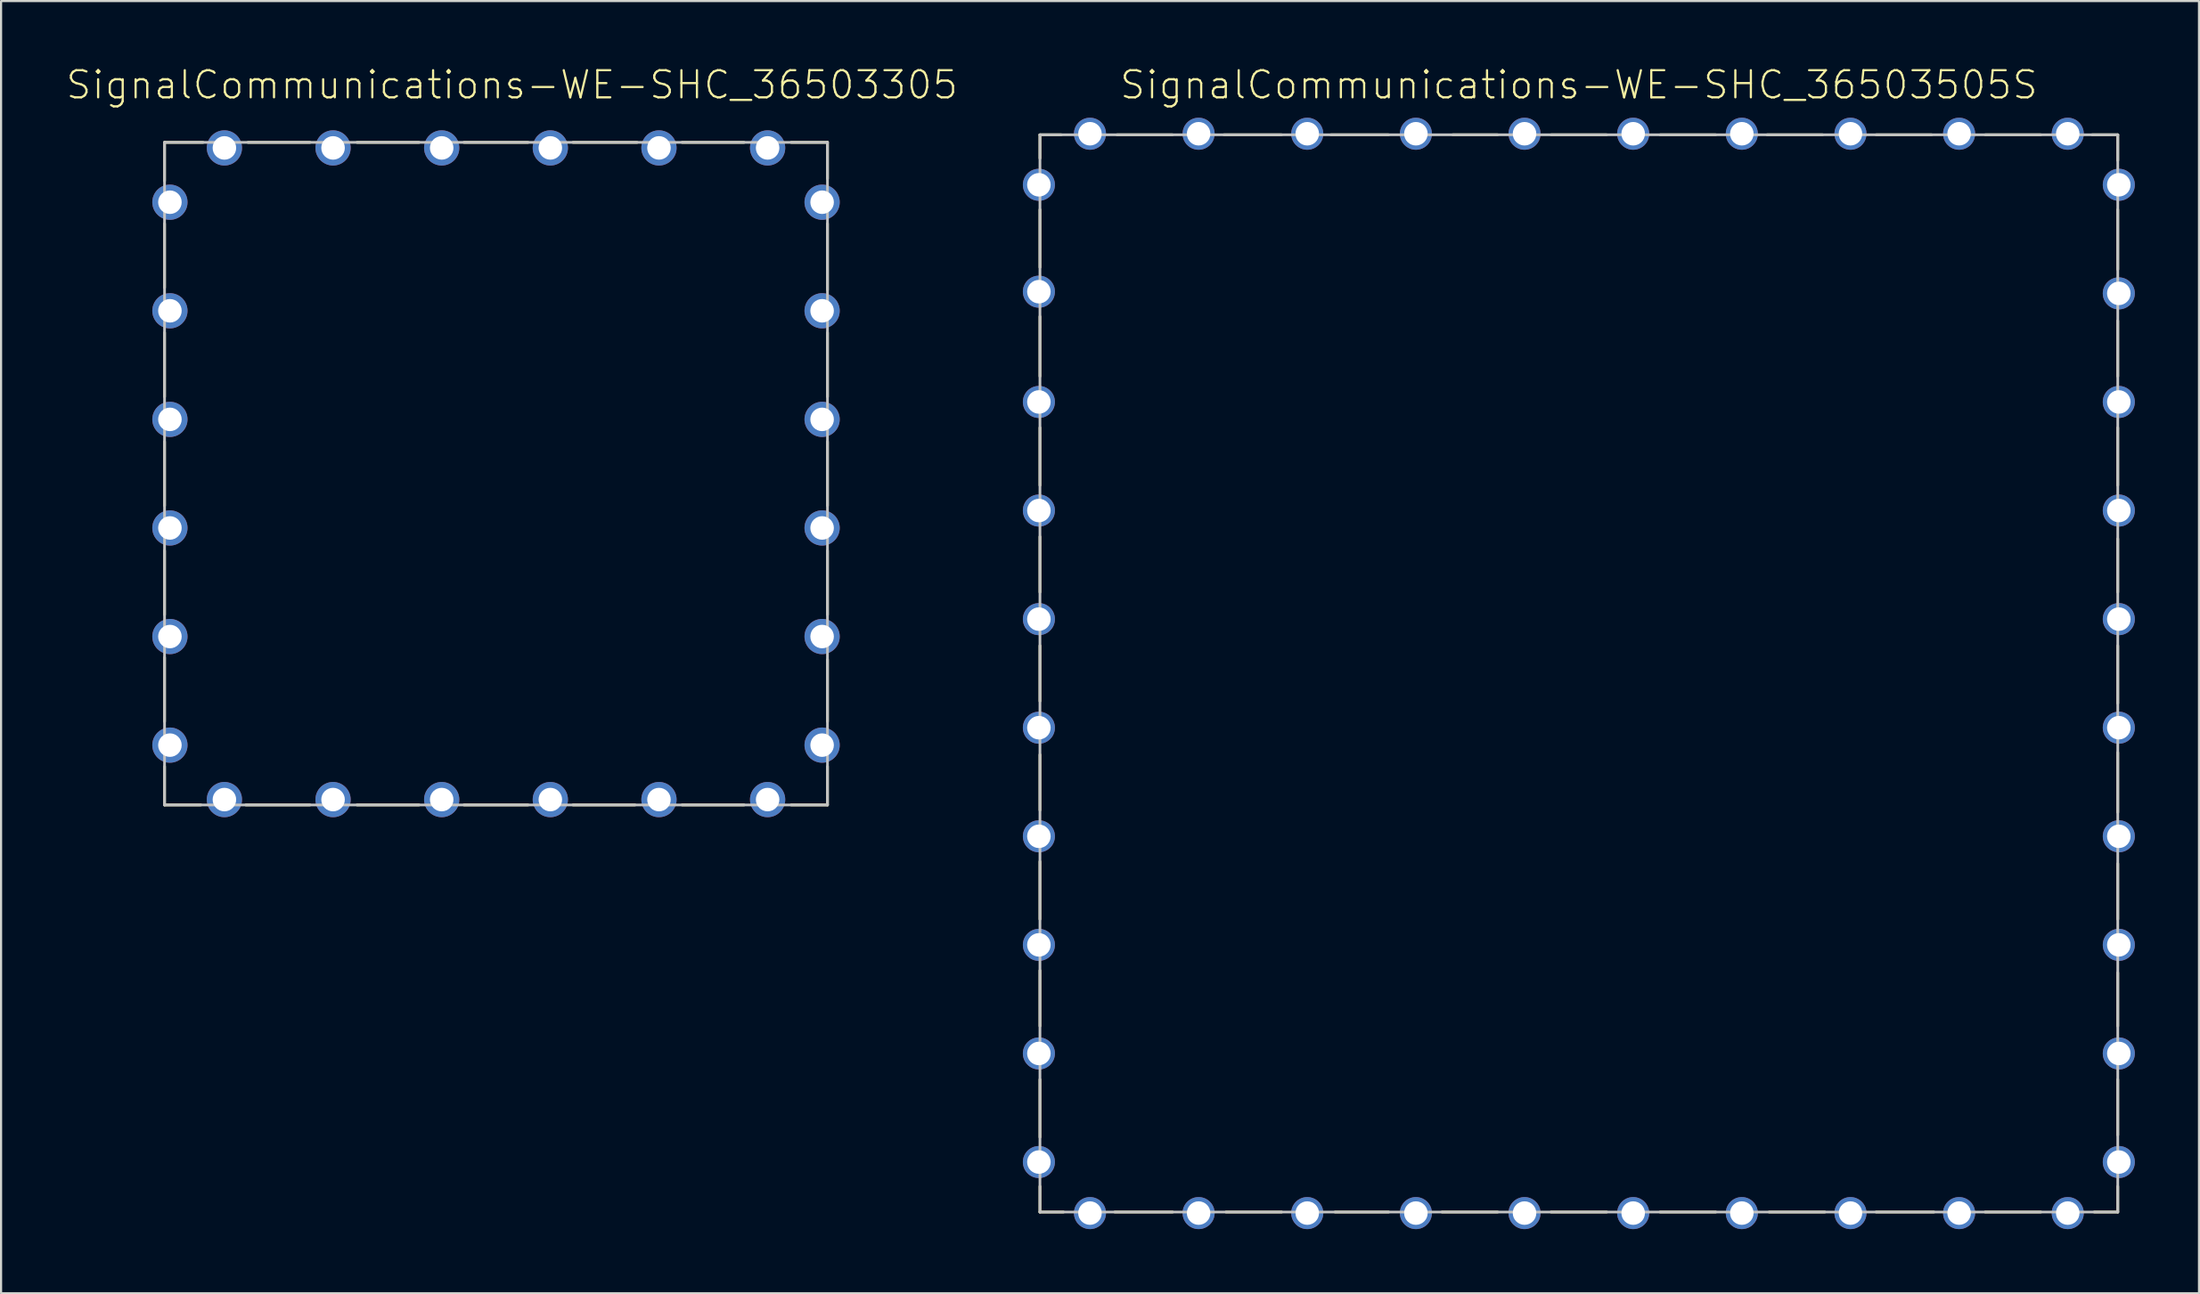
<source format=kicad_pcb>
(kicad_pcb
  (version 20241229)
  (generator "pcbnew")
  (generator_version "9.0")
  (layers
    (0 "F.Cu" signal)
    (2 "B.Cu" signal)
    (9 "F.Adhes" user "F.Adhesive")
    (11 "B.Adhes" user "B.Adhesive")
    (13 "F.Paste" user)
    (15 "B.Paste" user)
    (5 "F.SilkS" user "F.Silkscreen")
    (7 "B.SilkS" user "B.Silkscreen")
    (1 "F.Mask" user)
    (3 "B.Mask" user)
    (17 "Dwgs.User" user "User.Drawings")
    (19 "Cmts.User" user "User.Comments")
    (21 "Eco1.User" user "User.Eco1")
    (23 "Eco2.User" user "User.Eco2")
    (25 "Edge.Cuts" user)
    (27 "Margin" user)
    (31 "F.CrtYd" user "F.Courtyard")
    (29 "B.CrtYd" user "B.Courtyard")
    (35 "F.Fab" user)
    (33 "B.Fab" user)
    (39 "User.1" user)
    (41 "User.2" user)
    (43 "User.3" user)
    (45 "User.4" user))
  (footprint "SignalCommunications-WE-SHC_36503305"
    (layer "F.Cu")
    (at 20.143 19.11)
    (property "Reference" "SignalCommunications-WE-SHC_36503305" (at 0.747 -18.189 0) (layer "F.SilkS") (effects (font (size 1.27 1.27) (thickness 0.102))))
    (attr exclude_from_pos_files exclude_from_bom)
    (fp_line (start -15.499 -15.499) (end -15.499 -13.698) (stroke (width 0.127) (type solid)) (layer "F.SilkS"))
    (fp_line (start -15.499 -11.699) (end -15.499 -8.7) (stroke (width 0.127) (type solid)) (layer "F.SilkS"))
    (fp_line (start -15.499 -6.599) (end -15.499 -3.599) (stroke (width 0.127) (type solid)) (layer "F.SilkS"))
    (fp_line (start -15.499 -1.499) (end -15.499 1.499) (stroke (width 0.127) (type solid)) (layer "F.SilkS"))
    (fp_line (start -15.499 3.599) (end -15.499 6.599) (stroke (width 0.127) (type solid)) (layer "F.SilkS"))
    (fp_line (start -15.499 8.598) (end -15.499 11.598) (stroke (width 0.127) (type solid)) (layer "F.SilkS"))
    (fp_line (start -15.499 13.698) (end -15.499 15.499) (stroke (width 0.127) (type solid)) (layer "F.SilkS"))
    (fp_line (start -15.499 15.499) (end -13.8 15.499) (stroke (width 0.127) (type solid)) (layer "F.SilkS"))
    (fp_line (start -13.698 -15.499) (end -15.499 -15.499) (stroke (width 0.127) (type solid)) (layer "F.SilkS"))
    (fp_line (start -11.699 15.499) (end -8.7 15.499) (stroke (width 0.127) (type solid)) (layer "F.SilkS"))
    (fp_line (start -11.598 -15.499) (end -8.7 -15.499) (stroke (width 0.127) (type solid)) (layer "F.SilkS"))
    (fp_line (start -6.5 -15.499) (end -3.599 -15.499) (stroke (width 0.127) (type solid)) (layer "F.SilkS"))
    (fp_line (start -6.5 15.499) (end -3.599 15.499) (stroke (width 0.127) (type solid)) (layer "F.SilkS"))
    (fp_line (start -1.499 -15.499) (end 1.499 -15.499) (stroke (width 0.127) (type solid)) (layer "F.SilkS"))
    (fp_line (start -1.499 15.499) (end 1.499 15.499) (stroke (width 0.127) (type solid)) (layer "F.SilkS"))
    (fp_line (start 3.599 -15.499) (end 6.599 -15.499) (stroke (width 0.127) (type solid)) (layer "F.SilkS"))
    (fp_line (start 3.599 15.499) (end 6.5 15.499) (stroke (width 0.127) (type solid)) (layer "F.SilkS"))
    (fp_line (start 8.7 -15.499) (end 11.598 -15.499) (stroke (width 0.127) (type solid)) (layer "F.SilkS"))
    (fp_line (start 8.7 15.499) (end 11.598 15.499) (stroke (width 0.127) (type solid)) (layer "F.SilkS"))
    (fp_line (start 13.8 -15.499) (end 15.499 -15.499) (stroke (width 0.127) (type solid)) (layer "F.SilkS"))
    (fp_line (start 13.8 15.499) (end 15.499 15.499) (stroke (width 0.127) (type solid)) (layer "F.SilkS"))
    (fp_line (start 15.499 -15.499) (end 15.499 -13.8) (stroke (width 0.127) (type solid)) (layer "F.SilkS"))
    (fp_line (start 15.499 -8.598) (end 15.499 -11.699) (stroke (width 0.127) (type solid)) (layer "F.SilkS"))
    (fp_line (start 15.499 -3.599) (end 15.499 -6.599) (stroke (width 0.127) (type solid)) (layer "F.SilkS"))
    (fp_line (start 15.499 1.499) (end 15.499 -1.499) (stroke (width 0.127) (type solid)) (layer "F.SilkS"))
    (fp_line (start 15.499 3.599) (end 15.499 6.599) (stroke (width 0.127) (type solid)) (layer "F.SilkS"))
    (fp_line (start 15.499 11.598) (end 15.499 8.7) (stroke (width 0.127) (type solid)) (layer "F.SilkS"))
    (fp_line (start 15.499 15.499) (end 15.499 13.698) (stroke (width 0.127) (type solid)) (layer "F.SilkS"))
    (fp_line (start -15.499 -15.499) (end -15.499 15.499) (stroke (width 0.127) (type solid)) (layer "Dwgs.User"))
    (fp_line (start -15.499 15.499) (end 15.499 15.499) (stroke (width 0.127) (type solid)) (layer "Dwgs.User"))
    (fp_line (start 15.499 -15.499) (end -15.499 -15.499) (stroke (width 0.127) (type solid)) (layer "Dwgs.User"))
    (fp_line (start 15.499 15.499) (end 15.499 -15.499) (stroke (width 0.127) (type solid)) (layer "Dwgs.User"))
    (pad "1" thru_hole circle (at 15.248 -12.7) (size 1.648 1.648) (drill 1.1) (layers "*.Cu" "*.Paste" "*.Mask"))
    (pad "2" thru_hole circle (at 15.248 -7.62) (size 1.648 1.648) (drill 1.1) (layers "*.Cu" "*.Paste" "*.Mask"))
    (pad "3" thru_hole circle (at 15.248 -2.54) (size 1.648 1.648) (drill 1.1) (layers "*.Cu" "*.Paste" "*.Mask"))
    (pad "4" thru_hole circle (at 15.248 2.54) (size 1.648 1.648) (drill 1.1) (layers "*.Cu" "*.Paste" "*.Mask"))
    (pad "5" thru_hole circle (at 15.248 7.62) (size 1.648 1.648) (drill 1.1) (layers "*.Cu" "*.Paste" "*.Mask"))
    (pad "6" thru_hole circle (at 15.248 12.7) (size 1.648 1.648) (drill 1.1) (layers "*.Cu" "*.Paste" "*.Mask"))
    (pad "7" thru_hole circle (at 12.7 15.248) (size 1.648 1.648) (drill 1.1) (layers "*.Cu" "*.Paste" "*.Mask"))
    (pad "8" thru_hole circle (at 7.62 15.248) (size 1.648 1.648) (drill 1.1) (layers "*.Cu" "*.Paste" "*.Mask"))
    (pad "9" thru_hole circle (at 2.54 15.248) (size 1.648 1.648) (drill 1.1) (layers "*.Cu" "*.Paste" "*.Mask"))
    (pad "10" thru_hole circle (at -2.54 15.248) (size 1.648 1.648) (drill 1.1) (layers "*.Cu" "*.Paste" "*.Mask"))
    (pad "11" thru_hole circle (at -7.62 15.248) (size 1.648 1.648) (drill 1.1) (layers "*.Cu" "*.Paste" "*.Mask"))
    (pad "12" thru_hole circle (at -12.7 15.248) (size 1.648 1.648) (drill 1.1) (layers "*.Cu" "*.Paste" "*.Mask"))
    (pad "13" thru_hole circle (at -15.248 12.7) (size 1.648 1.648) (drill 1.1) (layers "*.Cu" "*.Paste" "*.Mask"))
    (pad "14" thru_hole circle (at -15.248 7.62) (size 1.648 1.648) (drill 1.1) (layers "*.Cu" "*.Paste" "*.Mask"))
    (pad "15" thru_hole circle (at -15.248 2.54) (size 1.648 1.648) (drill 1.1) (layers "*.Cu" "*.Paste" "*.Mask"))
    (pad "16" thru_hole circle (at -15.248 -2.54) (size 1.648 1.648) (drill 1.1) (layers "*.Cu" "*.Paste" "*.Mask"))
    (pad "17" thru_hole circle (at -15.248 -7.62) (size 1.648 1.648) (drill 1.1) (layers "*.Cu" "*.Paste" "*.Mask"))
    (pad "18" thru_hole circle (at -15.248 -12.7) (size 1.648 1.648) (drill 1.1) (layers "*.Cu" "*.Paste" "*.Mask"))
    (pad "19" thru_hole circle (at -12.7 -15.24) (size 1.648 1.648) (drill 1.1) (layers "*.Cu" "*.Paste" "*.Mask"))
    (pad "20" thru_hole circle (at -7.62 -15.24) (size 1.648 1.648) (drill 1.1) (layers "*.Cu" "*.Paste" "*.Mask"))
    (pad "21" thru_hole circle (at -2.54 -15.24) (size 1.648 1.648) (drill 1.1) (layers "*.Cu" "*.Paste" "*.Mask"))
    (pad "22" thru_hole circle (at 2.54 -15.24) (size 1.648 1.648) (drill 1.1) (layers "*.Cu" "*.Paste" "*.Mask"))
    (pad "23" thru_hole circle (at 7.62 -15.24) (size 1.648 1.648) (drill 1.1) (layers "*.Cu" "*.Paste" "*.Mask"))
    (pad "24" thru_hole circle (at 12.7 -15.24) (size 1.648 1.648) (drill 1.1) (layers "*.Cu" "*.Paste" "*.Mask")))
  (footprint "SignalCommunications-WE-SHC_36503505S"
    (layer "F.Cu")
    (at 70.776 28.455)
    (property "Reference" "SignalCommunications-WE-SHC_36503505S" (at 0 -27.534 0) (layer "F.SilkS") (effects (font (size 1.27 1.27) (thickness 0.102))))
    (attr exclude_from_pos_files exclude_from_bom)
    (fp_line (start -25.199 -25.199) (end -25.199 -24.1) (stroke (width 0.127) (type solid)) (layer "F.SilkS"))
    (fp_line (start -25.199 -18.999) (end -25.199 -21.699) (stroke (width 0.127) (type solid)) (layer "F.SilkS"))
    (fp_line (start -25.199 -13.899) (end -25.199 -16.698) (stroke (width 0.127) (type solid)) (layer "F.SilkS"))
    (fp_line (start -25.199 -8.799) (end -25.199 -11.499) (stroke (width 0.127) (type solid)) (layer "F.SilkS"))
    (fp_line (start -25.199 -3.8) (end -25.199 -6.398) (stroke (width 0.127) (type solid)) (layer "F.SilkS"))
    (fp_line (start -25.199 1.298) (end -25.199 -1.298) (stroke (width 0.127) (type solid)) (layer "F.SilkS"))
    (fp_line (start -25.199 6.398) (end -25.199 3.8) (stroke (width 0.127) (type solid)) (layer "F.SilkS"))
    (fp_line (start -25.199 11.499) (end -25.199 8.799) (stroke (width 0.127) (type solid)) (layer "F.SilkS"))
    (fp_line (start -25.199 13.899) (end -25.199 16.5) (stroke (width 0.127) (type solid)) (layer "F.SilkS"))
    (fp_line (start -25.199 21.699) (end -25.199 18.999) (stroke (width 0.127) (type solid)) (layer "F.SilkS"))
    (fp_line (start -25.199 25.199) (end -25.199 23.998) (stroke (width 0.127) (type solid)) (layer "F.SilkS"))
    (fp_line (start -24.199 -25.199) (end -25.199 -25.199) (stroke (width 0.127) (type solid)) (layer "F.SilkS"))
    (fp_line (start -24.1 25.199) (end -25.199 25.199) (stroke (width 0.127) (type solid)) (layer "F.SilkS"))
    (fp_line (start -21.699 25.199) (end -18.999 25.199) (stroke (width 0.127) (type solid)) (layer "F.SilkS"))
    (fp_line (start -21.598 -25.199) (end -18.999 -25.199) (stroke (width 0.127) (type solid)) (layer "F.SilkS"))
    (fp_line (start -16.599 -25.199) (end -13.899 -25.199) (stroke (width 0.127) (type solid)) (layer "F.SilkS"))
    (fp_line (start -16.5 25.199) (end -13.899 25.199) (stroke (width 0.127) (type solid)) (layer "F.SilkS"))
    (fp_line (start -11.598 -25.199) (end -8.898 -25.199) (stroke (width 0.127) (type solid)) (layer "F.SilkS"))
    (fp_line (start -11.4 25.199) (end -8.898 25.199) (stroke (width 0.127) (type solid)) (layer "F.SilkS"))
    (fp_line (start -6.398 25.199) (end -3.8 25.199) (stroke (width 0.127) (type solid)) (layer "F.SilkS"))
    (fp_line (start -5.898 -25.199) (end -3.8 -25.199) (stroke (width 0.127) (type solid)) (layer "F.SilkS"))
    (fp_line (start -1.298 -25.199) (end 1.298 -25.199) (stroke (width 0.127) (type solid)) (layer "F.SilkS"))
    (fp_line (start -1.298 25.199) (end 1.298 25.199) (stroke (width 0.127) (type solid)) (layer "F.SilkS"))
    (fp_line (start 3.8 -25.199) (end 6.398 -25.199) (stroke (width 0.127) (type solid)) (layer "F.SilkS"))
    (fp_line (start 3.8 25.199) (end 6.398 25.199) (stroke (width 0.127) (type solid)) (layer "F.SilkS"))
    (fp_line (start 8.799 -25.199) (end 11.4 -25.199) (stroke (width 0.127) (type solid)) (layer "F.SilkS"))
    (fp_line (start 8.898 25.199) (end 11.499 25.199) (stroke (width 0.127) (type solid)) (layer "F.SilkS"))
    (fp_line (start 13.899 -25.199) (end 16.5 -25.199) (stroke (width 0.127) (type solid)) (layer "F.SilkS"))
    (fp_line (start 13.899 25.199) (end 16.599 25.199) (stroke (width 0.127) (type solid)) (layer "F.SilkS"))
    (fp_line (start 18.999 -25.199) (end 21.598 -25.199) (stroke (width 0.127) (type solid)) (layer "F.SilkS"))
    (fp_line (start 18.999 25.199) (end 21.598 25.199) (stroke (width 0.127) (type solid)) (layer "F.SilkS"))
    (fp_line (start 23.998 -25.199) (end 25.199 -25.199) (stroke (width 0.127) (type solid)) (layer "F.SilkS"))
    (fp_line (start 24.1 25.199) (end 25.199 25.199) (stroke (width 0.127) (type solid)) (layer "F.SilkS"))
    (fp_line (start 25.199 -25.199) (end 25.199 -23.998) (stroke (width 0.127) (type solid)) (layer "F.SilkS"))
    (fp_line (start 25.199 -21.699) (end 25.199 -18.898) (stroke (width 0.127) (type solid)) (layer "F.SilkS"))
    (fp_line (start 25.199 -16.5) (end 25.199 -13.899) (stroke (width 0.127) (type solid)) (layer "F.SilkS"))
    (fp_line (start 25.199 -8.799) (end 25.199 -11.499) (stroke (width 0.127) (type solid)) (layer "F.SilkS"))
    (fp_line (start 25.199 -6.299) (end 25.199 -3.8) (stroke (width 0.127) (type solid)) (layer "F.SilkS"))
    (fp_line (start 25.199 -1.298) (end 25.199 1.4) (stroke (width 0.127) (type solid)) (layer "F.SilkS"))
    (fp_line (start 25.199 3.698) (end 25.199 6.5) (stroke (width 0.127) (type solid)) (layer "F.SilkS"))
    (fp_line (start 25.199 8.898) (end 25.199 11.499) (stroke (width 0.127) (type solid)) (layer "F.SilkS"))
    (fp_line (start 25.199 13.998) (end 25.199 16.5) (stroke (width 0.127) (type solid)) (layer "F.SilkS"))
    (fp_line (start 25.199 18.999) (end 25.199 21.598) (stroke (width 0.127) (type solid)) (layer "F.SilkS"))
    (fp_line (start 25.199 25.199) (end 25.199 23.998) (stroke (width 0.127) (type solid)) (layer "F.SilkS"))
    (fp_line (start -25.199 -25.199) (end 25.199 -25.199) (stroke (width 0.127) (type solid)) (layer "Dwgs.User"))
    (fp_line (start -25.199 25.199) (end -25.199 -25.199) (stroke (width 0.127) (type solid)) (layer "Dwgs.User"))
    (fp_line (start 25.199 -25.199) (end 25.199 25.199) (stroke (width 0.127) (type solid)) (layer "Dwgs.User"))
    (fp_line (start 25.199 25.199) (end -25.199 25.199) (stroke (width 0.127) (type solid)) (layer "Dwgs.User"))
    (pad "1" thru_hole circle (at -22.86 -25.248) (size 1.499 1.499) (drill 1.1) (layers "*.Cu" "*.Paste" "*.Mask"))
    (pad "2" thru_hole circle (at -17.78 -25.248) (size 1.499 1.499) (drill 1.1) (layers "*.Cu" "*.Paste" "*.Mask"))
    (pad "3" thru_hole circle (at -12.7 -25.248) (size 1.499 1.499) (drill 1.1) (layers "*.Cu" "*.Paste" "*.Mask"))
    (pad "4" thru_hole circle (at -7.62 -25.248) (size 1.499 1.499) (drill 1.1) (layers "*.Cu" "*.Paste" "*.Mask"))
    (pad "5" thru_hole circle (at -2.54 -25.248) (size 1.499 1.499) (drill 1.1) (layers "*.Cu" "*.Paste" "*.Mask"))
    (pad "6" thru_hole circle (at 2.54 -25.248) (size 1.499 1.499) (drill 1.1) (layers "*.Cu" "*.Paste" "*.Mask"))
    (pad "7" thru_hole circle (at 7.62 -25.248) (size 1.499 1.499) (drill 1.1) (layers "*.Cu" "*.Paste" "*.Mask"))
    (pad "8" thru_hole circle (at 12.7 -25.248) (size 1.499 1.499) (drill 1.1) (layers "*.Cu" "*.Paste" "*.Mask"))
    (pad "9" thru_hole circle (at 17.78 -25.248) (size 1.499 1.499) (drill 1.1) (layers "*.Cu" "*.Paste" "*.Mask"))
    (pad "10" thru_hole circle (at 22.86 -25.248) (size 1.499 1.499) (drill 1.1) (layers "*.Cu" "*.Paste" "*.Mask"))
    (pad "11" thru_hole circle (at 25.248 -22.86) (size 1.499 1.499) (drill 1.1) (layers "*.Cu" "*.Paste" "*.Mask"))
    (pad "12" thru_hole circle (at 25.248 -17.78) (size 1.499 1.499) (drill 1.1) (layers "*.Cu" "*.Paste" "*.Mask"))
    (pad "13" thru_hole circle (at 25.248 -12.7) (size 1.499 1.499) (drill 1.1) (layers "*.Cu" "*.Paste" "*.Mask"))
    (pad "14" thru_hole circle (at 25.248 -7.62) (size 1.499 1.499) (drill 1.1) (layers "*.Cu" "*.Paste" "*.Mask"))
    (pad "15" thru_hole circle (at 25.248 -2.54) (size 1.499 1.499) (drill 1.1) (layers "*.Cu" "*.Paste" "*.Mask"))
    (pad "16" thru_hole circle (at 25.248 2.54) (size 1.499 1.499) (drill 1.1) (layers "*.Cu" "*.Paste" "*.Mask"))
    (pad "17" thru_hole circle (at 25.248 7.62) (size 1.499 1.499) (drill 1.1) (layers "*.Cu" "*.Paste" "*.Mask"))
    (pad "18" thru_hole circle (at 25.248 12.7) (size 1.499 1.499) (drill 1.1) (layers "*.Cu" "*.Paste" "*.Mask"))
    (pad "19" thru_hole circle (at 25.248 17.78) (size 1.499 1.499) (drill 1.1) (layers "*.Cu" "*.Paste" "*.Mask"))
    (pad "20" thru_hole circle (at 25.248 22.86) (size 1.499 1.499) (drill 1.1) (layers "*.Cu" "*.Paste" "*.Mask"))
    (pad "21" thru_hole circle (at 22.86 25.248) (size 1.499 1.499) (drill 1.1) (layers "*.Cu" "*.Paste" "*.Mask"))
    (pad "22" thru_hole circle (at 17.78 25.248) (size 1.499 1.499) (drill 1.1) (layers "*.Cu" "*.Paste" "*.Mask"))
    (pad "23" thru_hole circle (at 12.7 25.248) (size 1.499 1.499) (drill 1.1) (layers "*.Cu" "*.Paste" "*.Mask"))
    (pad "24" thru_hole circle (at 7.62 25.248) (size 1.499 1.499) (drill 1.1) (layers "*.Cu" "*.Paste" "*.Mask"))
    (pad "25" thru_hole circle (at 2.54 25.248) (size 1.499 1.499) (drill 1.1) (layers "*.Cu" "*.Paste" "*.Mask"))
    (pad "26" thru_hole circle (at -2.54 25.248) (size 1.499 1.499) (drill 1.1) (layers "*.Cu" "*.Paste" "*.Mask"))
    (pad "27" thru_hole circle (at -7.62 25.248) (size 1.499 1.499) (drill 1.1) (layers "*.Cu" "*.Paste" "*.Mask"))
    (pad "28" thru_hole circle (at -12.7 25.248) (size 1.499 1.499) (drill 1.1) (layers "*.Cu" "*.Paste" "*.Mask"))
    (pad "29" thru_hole circle (at -17.78 25.248) (size 1.499 1.499) (drill 1.1) (layers "*.Cu" "*.Paste" "*.Mask"))
    (pad "30" thru_hole circle (at -22.86 25.248) (size 1.499 1.499) (drill 1.1) (layers "*.Cu" "*.Paste" "*.Mask"))
    (pad "31" thru_hole circle (at -25.248 22.86) (size 1.499 1.499) (drill 1.1) (layers "*.Cu" "*.Paste" "*.Mask"))
    (pad "32" thru_hole circle (at -25.248 17.78) (size 1.499 1.499) (drill 1.1) (layers "*.Cu" "*.Paste" "*.Mask"))
    (pad "33" thru_hole circle (at -25.248 12.7) (size 1.499 1.499) (drill 1.1) (layers "*.Cu" "*.Paste" "*.Mask"))
    (pad "34" thru_hole circle (at -25.248 7.62) (size 1.499 1.499) (drill 1.1) (layers "*.Cu" "*.Paste" "*.Mask"))
    (pad "35" thru_hole circle (at -25.248 2.54) (size 1.499 1.499) (drill 1.1) (layers "*.Cu" "*.Paste" "*.Mask"))
    (pad "36" thru_hole circle (at -25.248 -2.54) (size 1.499 1.499) (drill 1.1) (layers "*.Cu" "*.Paste" "*.Mask"))
    (pad "37" thru_hole circle (at -25.248 -7.62) (size 1.499 1.499) (drill 1.1) (layers "*.Cu" "*.Paste" "*.Mask"))
    (pad "38" thru_hole circle (at -25.248 -12.7) (size 1.499 1.499) (drill 1.1) (layers "*.Cu" "*.Paste" "*.Mask"))
    (pad "39" thru_hole circle (at -25.248 -17.859) (size 1.499 1.499) (drill 1.1) (layers "*.Cu" "*.Paste" "*.Mask"))
    (pad "40" thru_hole circle (at -25.248 -22.86) (size 1.499 1.499) (drill 1.1) (layers "*.Cu" "*.Paste" "*.Mask")))
  (gr_rect
    (start -3 -3)
    (end 99.773 57.452)
    (stroke (width 0.1) (type default))
    (fill no)
    (layer "Edge.Cuts")))
</source>
